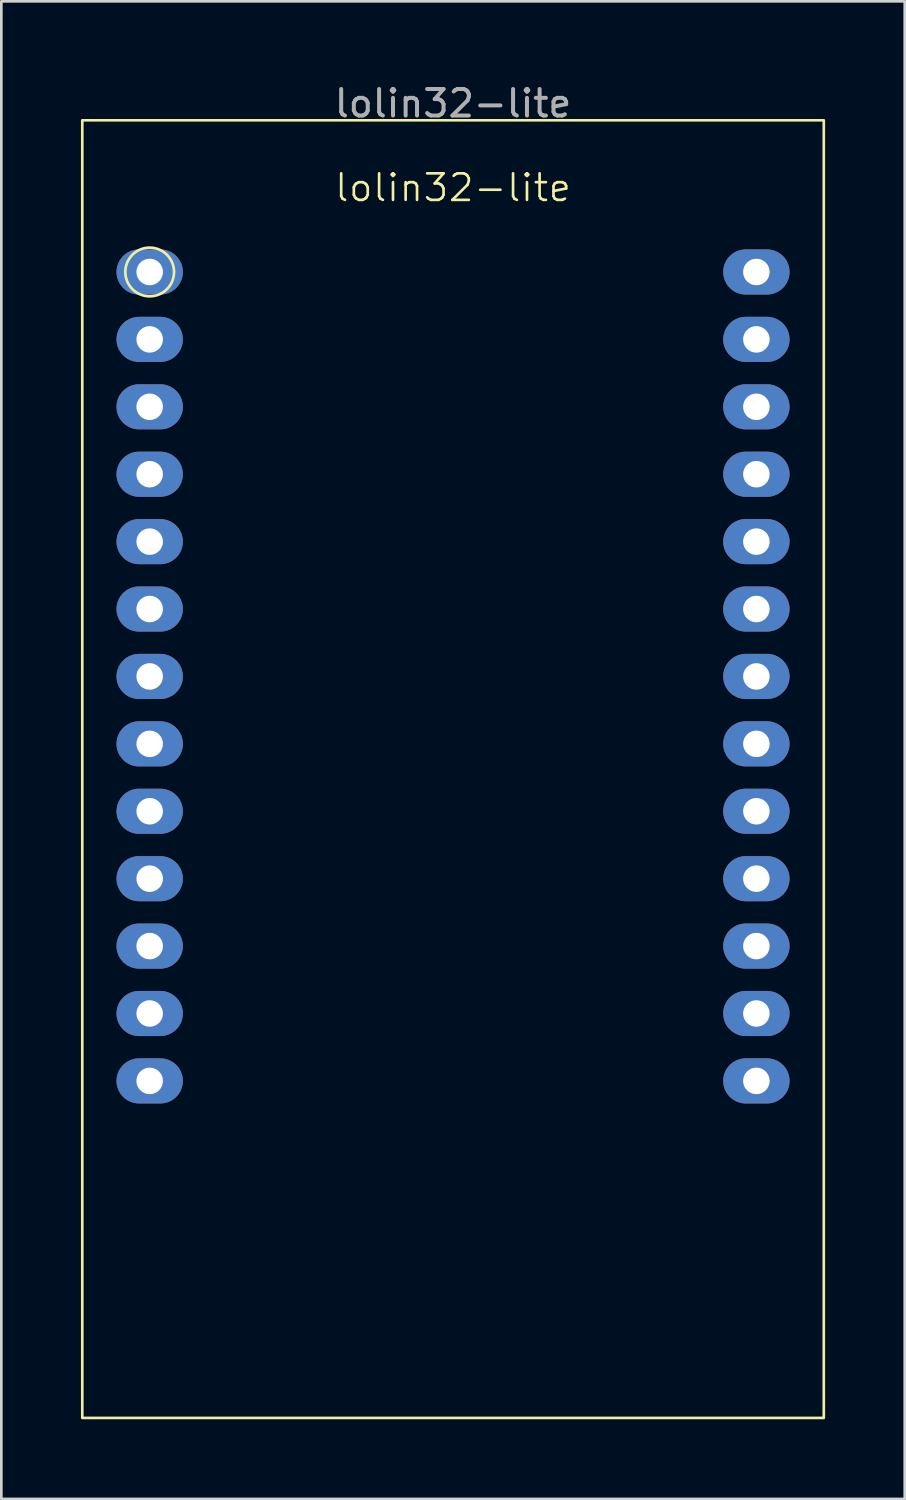
<source format=kicad_pcb>
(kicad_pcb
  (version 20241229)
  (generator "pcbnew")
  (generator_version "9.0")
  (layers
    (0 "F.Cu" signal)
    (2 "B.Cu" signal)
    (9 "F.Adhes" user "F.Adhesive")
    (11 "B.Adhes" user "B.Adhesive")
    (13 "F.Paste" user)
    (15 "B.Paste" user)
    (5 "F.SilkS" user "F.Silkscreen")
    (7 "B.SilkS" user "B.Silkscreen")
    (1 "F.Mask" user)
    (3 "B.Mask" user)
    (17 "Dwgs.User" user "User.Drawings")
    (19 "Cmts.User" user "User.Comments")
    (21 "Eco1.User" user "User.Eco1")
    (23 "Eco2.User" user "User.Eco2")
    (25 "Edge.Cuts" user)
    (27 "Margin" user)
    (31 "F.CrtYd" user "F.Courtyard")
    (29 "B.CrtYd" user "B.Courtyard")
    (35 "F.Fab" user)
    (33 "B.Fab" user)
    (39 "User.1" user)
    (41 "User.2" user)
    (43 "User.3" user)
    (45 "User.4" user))
  (footprint "lolin32-lite"
    (layer "F.Cu")
    (at 14.02 22.438)
    (property "Reference" "lolin32-lite" (at 0 -18.415 0) (unlocked yes) (layer "F.SilkS") (effects (font (size 1 1) (thickness 0.1))))
    (attr through_hole)
    (fp_rect (start -13.97 -20.955) (end 13.97 27.94) (stroke (width 0.1) (type default)) (fill no) (layer "F.SilkS"))
    (fp_circle (center -11.43 -15.24) (end -11.3 -16.149) (stroke (width 0.1) (type default)) (fill no) (layer "F.SilkS"))
    (fp_text user "${REFERENCE}" (at 0 -21.59 0) (unlocked yes) (layer "F.Fab") (effects (font (size 1 1) (thickness 0.15))))
    (pad "1" thru_hole oval (at -11.43 -15.24) (size 2.5 1.7) (drill 1) (layers "*.Cu" "*.Mask"))
    (pad "2" thru_hole oval (at -11.43 -12.7) (size 2.5 1.7) (drill 1) (layers "*.Cu" "*.Mask"))
    (pad "3" thru_hole oval (at -11.43 -10.16) (size 2.5 1.7) (drill 1) (layers "*.Cu" "*.Mask"))
    (pad "4" thru_hole oval (at -11.43 -7.62) (size 2.5 1.7) (drill 1) (layers "*.Cu" "*.Mask"))
    (pad "5" thru_hole oval (at -11.43 -5.08) (size 2.5 1.7) (drill 1) (layers "*.Cu" "*.Mask"))
    (pad "6" thru_hole oval (at -11.43 -2.54) (size 2.5 1.7) (drill 1) (layers "*.Cu" "*.Mask"))
    (pad "7" thru_hole oval (at -11.43 0) (size 2.5 1.7) (drill 1) (layers "*.Cu" "*.Mask"))
    (pad "8" thru_hole oval (at -11.43 2.54) (size 2.5 1.7) (drill 1) (layers "*.Cu" "*.Mask"))
    (pad "9" thru_hole oval (at -11.43 5.08) (size 2.5 1.7) (drill 1) (layers "*.Cu" "*.Mask"))
    (pad "10" thru_hole oval (at -11.43 7.62) (size 2.5 1.7) (drill 1) (layers "*.Cu" "*.Mask"))
    (pad "11" thru_hole oval (at -11.43 10.16) (size 2.5 1.7) (drill 1) (layers "*.Cu" "*.Mask"))
    (pad "12" thru_hole oval (at -11.43 12.7) (size 2.5 1.7) (drill 1) (layers "*.Cu" "*.Mask"))
    (pad "13" thru_hole oval (at -11.43 15.24) (size 2.5 1.7) (drill 1) (layers "*.Cu" "*.Mask"))
    (pad "14" thru_hole oval (at 11.43 15.24) (size 2.5 1.7) (drill 1) (layers "*.Cu" "*.Mask"))
    (pad "15" thru_hole oval (at 11.43 12.7) (size 2.5 1.7) (drill 1) (layers "*.Cu" "*.Mask"))
    (pad "16" thru_hole oval (at 11.43 10.16) (size 2.5 1.7) (drill 1) (layers "*.Cu" "*.Mask"))
    (pad "17" thru_hole oval (at 11.43 7.62) (size 2.5 1.7) (drill 1) (layers "*.Cu" "*.Mask"))
    (pad "18" thru_hole oval (at 11.43 5.08) (size 2.5 1.7) (drill 1) (layers "*.Cu" "*.Mask"))
    (pad "19" thru_hole oval (at 11.43 2.54) (size 2.5 1.7) (drill 1) (layers "*.Cu" "*.Mask"))
    (pad "20" thru_hole oval (at 11.43 0) (size 2.5 1.7) (drill 1) (layers "*.Cu" "*.Mask"))
    (pad "21" thru_hole oval (at 11.43 -2.54) (size 2.5 1.7) (drill 1) (layers "*.Cu" "*.Mask"))
    (pad "22" thru_hole oval (at 11.43 -5.08) (size 2.5 1.7) (drill 1) (layers "*.Cu" "*.Mask"))
    (pad "23" thru_hole oval (at 11.43 -7.62) (size 2.5 1.7) (drill 1) (layers "*.Cu" "*.Mask"))
    (pad "24" thru_hole oval (at 11.43 -10.16) (size 2.5 1.7) (drill 1) (layers "*.Cu" "*.Mask"))
    (pad "25" thru_hole oval (at 11.43 -12.7) (size 2.5 1.7) (drill 1) (layers "*.Cu" "*.Mask"))
    (pad "26" thru_hole oval (at 11.43 -15.24) (size 2.5 1.7) (drill 1) (layers "*.Cu" "*.Mask")))
  (gr_rect
    (start -3 -3)
    (end 31.04 53.428)
    (stroke (width 0.1) (type default))
    (fill no)
    (layer "Edge.Cuts")))
</source>
